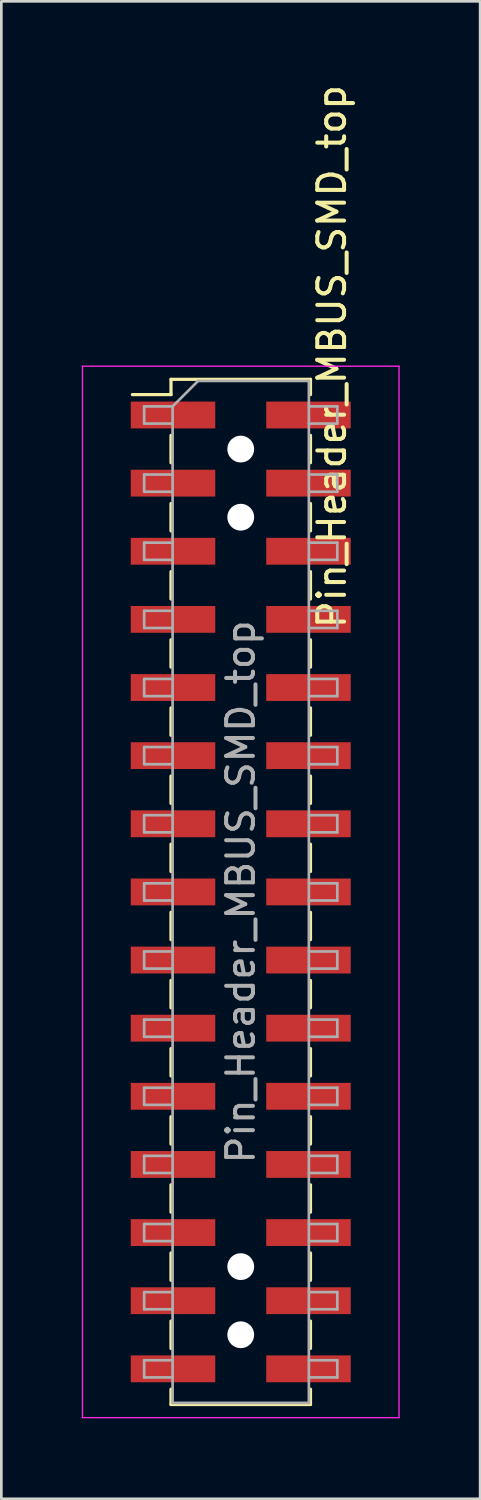
<source format=kicad_pcb>
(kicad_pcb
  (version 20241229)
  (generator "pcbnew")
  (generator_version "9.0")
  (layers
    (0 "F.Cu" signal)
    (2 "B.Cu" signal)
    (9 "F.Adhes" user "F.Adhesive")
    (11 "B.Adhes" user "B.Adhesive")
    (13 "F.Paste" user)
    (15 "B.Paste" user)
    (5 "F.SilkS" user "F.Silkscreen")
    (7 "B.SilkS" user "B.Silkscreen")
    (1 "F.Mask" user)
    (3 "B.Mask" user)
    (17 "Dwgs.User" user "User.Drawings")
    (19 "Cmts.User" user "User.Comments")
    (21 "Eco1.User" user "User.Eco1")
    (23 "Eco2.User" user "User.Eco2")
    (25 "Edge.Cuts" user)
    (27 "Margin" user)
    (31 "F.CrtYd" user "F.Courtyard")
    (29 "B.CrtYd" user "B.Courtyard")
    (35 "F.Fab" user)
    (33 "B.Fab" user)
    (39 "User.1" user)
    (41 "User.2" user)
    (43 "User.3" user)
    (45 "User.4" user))
  (footprint "Pin_Header_MBUS_SMD_top"
    (layer "F.Cu")
    (at 5.925 30.202)
    (property "Reference" "Pin_Header_MBUS_SMD_top" (at 3.398 -19.958 270) (layer "F.SilkS") (effects (font (size 1 1) (thickness 0.15))))
    (attr smd)
    (fp_line (start -4.04 -18.54) (end -2.6 -18.54) (stroke (width 0.12) (type solid)) (layer "F.SilkS"))
    (fp_line (start -2.6 -19.11) (end -2.6 -18.54) (stroke (width 0.12) (type solid)) (layer "F.SilkS"))
    (fp_line (start -2.6 -19.11) (end 2.6 -19.11) (stroke (width 0.12) (type solid)) (layer "F.SilkS"))
    (fp_line (start -2.6 -17.02) (end -2.6 -16) (stroke (width 0.12) (type solid)) (layer "F.SilkS"))
    (fp_line (start -2.6 -14.48) (end -2.6 -13.46) (stroke (width 0.12) (type solid)) (layer "F.SilkS"))
    (fp_line (start -2.6 -11.94) (end -2.6 -10.92) (stroke (width 0.12) (type solid)) (layer "F.SilkS"))
    (fp_line (start -2.6 -9.4) (end -2.6 -8.38) (stroke (width 0.12) (type solid)) (layer "F.SilkS"))
    (fp_line (start -2.6 -6.86) (end -2.6 -5.84) (stroke (width 0.12) (type solid)) (layer "F.SilkS"))
    (fp_line (start -2.6 -4.32) (end -2.6 -3.3) (stroke (width 0.12) (type solid)) (layer "F.SilkS"))
    (fp_line (start -2.6 -1.78) (end -2.6 -0.76) (stroke (width 0.12) (type solid)) (layer "F.SilkS"))
    (fp_line (start -2.6 0.76) (end -2.6 1.78) (stroke (width 0.12) (type solid)) (layer "F.SilkS"))
    (fp_line (start -2.6 3.3) (end -2.6 4.32) (stroke (width 0.12) (type solid)) (layer "F.SilkS"))
    (fp_line (start -2.6 5.84) (end -2.6 6.86) (stroke (width 0.12) (type solid)) (layer "F.SilkS"))
    (fp_line (start -2.6 8.38) (end -2.6 9.4) (stroke (width 0.12) (type solid)) (layer "F.SilkS"))
    (fp_line (start -2.6 10.92) (end -2.6 11.94) (stroke (width 0.12) (type solid)) (layer "F.SilkS"))
    (fp_line (start -2.6 13.46) (end -2.6 14.48) (stroke (width 0.12) (type solid)) (layer "F.SilkS"))
    (fp_line (start -2.6 16) (end -2.6 17.02) (stroke (width 0.12) (type solid)) (layer "F.SilkS"))
    (fp_line (start -2.6 18.54) (end -2.6 19.11) (stroke (width 0.12) (type solid)) (layer "F.SilkS"))
    (fp_line (start -2.6 19.11) (end 2.6 19.11) (stroke (width 0.12) (type solid)) (layer "F.SilkS"))
    (fp_line (start 2.6 -19.11) (end 2.6 -18.54) (stroke (width 0.12) (type solid)) (layer "F.SilkS"))
    (fp_line (start 2.6 -17.02) (end 2.6 -16) (stroke (width 0.12) (type solid)) (layer "F.SilkS"))
    (fp_line (start 2.6 -14.48) (end 2.6 -13.46) (stroke (width 0.12) (type solid)) (layer "F.SilkS"))
    (fp_line (start 2.6 -11.94) (end 2.6 -10.92) (stroke (width 0.12) (type solid)) (layer "F.SilkS"))
    (fp_line (start 2.6 -9.4) (end 2.6 -8.38) (stroke (width 0.12) (type solid)) (layer "F.SilkS"))
    (fp_line (start 2.6 -6.86) (end 2.6 -5.84) (stroke (width 0.12) (type solid)) (layer "F.SilkS"))
    (fp_line (start 2.6 -4.32) (end 2.6 -3.3) (stroke (width 0.12) (type solid)) (layer "F.SilkS"))
    (fp_line (start 2.6 -1.78) (end 2.6 -0.76) (stroke (width 0.12) (type solid)) (layer "F.SilkS"))
    (fp_line (start 2.6 0.76) (end 2.6 1.78) (stroke (width 0.12) (type solid)) (layer "F.SilkS"))
    (fp_line (start 2.6 3.3) (end 2.6 4.32) (stroke (width 0.12) (type solid)) (layer "F.SilkS"))
    (fp_line (start 2.6 5.84) (end 2.6 6.86) (stroke (width 0.12) (type solid)) (layer "F.SilkS"))
    (fp_line (start 2.6 8.38) (end 2.6 9.4) (stroke (width 0.12) (type solid)) (layer "F.SilkS"))
    (fp_line (start 2.6 10.92) (end 2.6 11.94) (stroke (width 0.12) (type solid)) (layer "F.SilkS"))
    (fp_line (start 2.6 13.46) (end 2.6 14.48) (stroke (width 0.12) (type solid)) (layer "F.SilkS"))
    (fp_line (start 2.6 16) (end 2.6 17.02) (stroke (width 0.12) (type solid)) (layer "F.SilkS"))
    (fp_line (start 2.6 18.54) (end 2.6 19.11) (stroke (width 0.12) (type solid)) (layer "F.SilkS"))
    (fp_line (start -5.9 -19.6) (end -5.9 19.6) (stroke (width 0.05) (type solid)) (layer "F.CrtYd"))
    (fp_line (start -5.9 19.6) (end 5.9 19.6) (stroke (width 0.05) (type solid)) (layer "F.CrtYd"))
    (fp_line (start 5.9 -19.6) (end -5.9 -19.6) (stroke (width 0.05) (type solid)) (layer "F.CrtYd"))
    (fp_line (start 5.9 19.6) (end 5.9 -19.6) (stroke (width 0.05) (type solid)) (layer "F.CrtYd"))
    (fp_line (start -3.6 -18.1) (end -3.6 -17.46) (stroke (width 0.1) (type solid)) (layer "F.Fab"))
    (fp_line (start -3.6 -17.46) (end -2.54 -17.46) (stroke (width 0.1) (type solid)) (layer "F.Fab"))
    (fp_line (start -3.6 -15.56) (end -3.6 -14.92) (stroke (width 0.1) (type solid)) (layer "F.Fab"))
    (fp_line (start -3.6 -14.92) (end -2.54 -14.92) (stroke (width 0.1) (type solid)) (layer "F.Fab"))
    (fp_line (start -3.6 -13.02) (end -3.6 -12.38) (stroke (width 0.1) (type solid)) (layer "F.Fab"))
    (fp_line (start -3.6 -12.38) (end -2.54 -12.38) (stroke (width 0.1) (type solid)) (layer "F.Fab"))
    (fp_line (start -3.6 -10.48) (end -3.6 -9.84) (stroke (width 0.1) (type solid)) (layer "F.Fab"))
    (fp_line (start -3.6 -9.84) (end -2.54 -9.84) (stroke (width 0.1) (type solid)) (layer "F.Fab"))
    (fp_line (start -3.6 -7.94) (end -3.6 -7.3) (stroke (width 0.1) (type solid)) (layer "F.Fab"))
    (fp_line (start -3.6 -7.3) (end -2.54 -7.3) (stroke (width 0.1) (type solid)) (layer "F.Fab"))
    (fp_line (start -3.6 -5.4) (end -3.6 -4.76) (stroke (width 0.1) (type solid)) (layer "F.Fab"))
    (fp_line (start -3.6 -4.76) (end -2.54 -4.76) (stroke (width 0.1) (type solid)) (layer "F.Fab"))
    (fp_line (start -3.6 -2.86) (end -3.6 -2.22) (stroke (width 0.1) (type solid)) (layer "F.Fab"))
    (fp_line (start -3.6 -2.22) (end -2.54 -2.22) (stroke (width 0.1) (type solid)) (layer "F.Fab"))
    (fp_line (start -3.6 -0.32) (end -3.6 0.32) (stroke (width 0.1) (type solid)) (layer "F.Fab"))
    (fp_line (start -3.6 0.32) (end -2.54 0.32) (stroke (width 0.1) (type solid)) (layer "F.Fab"))
    (fp_line (start -3.6 2.22) (end -3.6 2.86) (stroke (width 0.1) (type solid)) (layer "F.Fab"))
    (fp_line (start -3.6 2.86) (end -2.54 2.86) (stroke (width 0.1) (type solid)) (layer "F.Fab"))
    (fp_line (start -3.6 4.76) (end -3.6 5.4) (stroke (width 0.1) (type solid)) (layer "F.Fab"))
    (fp_line (start -3.6 5.4) (end -2.54 5.4) (stroke (width 0.1) (type solid)) (layer "F.Fab"))
    (fp_line (start -3.6 7.3) (end -3.6 7.94) (stroke (width 0.1) (type solid)) (layer "F.Fab"))
    (fp_line (start -3.6 7.94) (end -2.54 7.94) (stroke (width 0.1) (type solid)) (layer "F.Fab"))
    (fp_line (start -3.6 9.84) (end -3.6 10.48) (stroke (width 0.1) (type solid)) (layer "F.Fab"))
    (fp_line (start -3.6 10.48) (end -2.54 10.48) (stroke (width 0.1) (type solid)) (layer "F.Fab"))
    (fp_line (start -3.6 12.38) (end -3.6 13.02) (stroke (width 0.1) (type solid)) (layer "F.Fab"))
    (fp_line (start -3.6 13.02) (end -2.54 13.02) (stroke (width 0.1) (type solid)) (layer "F.Fab"))
    (fp_line (start -3.6 14.92) (end -3.6 15.56) (stroke (width 0.1) (type solid)) (layer "F.Fab"))
    (fp_line (start -3.6 15.56) (end -2.54 15.56) (stroke (width 0.1) (type solid)) (layer "F.Fab"))
    (fp_line (start -3.6 17.46) (end -3.6 18.1) (stroke (width 0.1) (type solid)) (layer "F.Fab"))
    (fp_line (start -3.6 18.1) (end -2.54 18.1) (stroke (width 0.1) (type solid)) (layer "F.Fab"))
    (fp_line (start -2.54 -18.1) (end -3.6 -18.1) (stroke (width 0.1) (type solid)) (layer "F.Fab"))
    (fp_line (start -2.54 -18.1) (end -1.59 -19.05) (stroke (width 0.1) (type solid)) (layer "F.Fab"))
    (fp_line (start -2.54 -15.56) (end -3.6 -15.56) (stroke (width 0.1) (type solid)) (layer "F.Fab"))
    (fp_line (start -2.54 -13.02) (end -3.6 -13.02) (stroke (width 0.1) (type solid)) (layer "F.Fab"))
    (fp_line (start -2.54 -10.48) (end -3.6 -10.48) (stroke (width 0.1) (type solid)) (layer "F.Fab"))
    (fp_line (start -2.54 -7.94) (end -3.6 -7.94) (stroke (width 0.1) (type solid)) (layer "F.Fab"))
    (fp_line (start -2.54 -5.4) (end -3.6 -5.4) (stroke (width 0.1) (type solid)) (layer "F.Fab"))
    (fp_line (start -2.54 -2.86) (end -3.6 -2.86) (stroke (width 0.1) (type solid)) (layer "F.Fab"))
    (fp_line (start -2.54 -0.32) (end -3.6 -0.32) (stroke (width 0.1) (type solid)) (layer "F.Fab"))
    (fp_line (start -2.54 2.22) (end -3.6 2.22) (stroke (width 0.1) (type solid)) (layer "F.Fab"))
    (fp_line (start -2.54 4.76) (end -3.6 4.76) (stroke (width 0.1) (type solid)) (layer "F.Fab"))
    (fp_line (start -2.54 7.3) (end -3.6 7.3) (stroke (width 0.1) (type solid)) (layer "F.Fab"))
    (fp_line (start -2.54 9.84) (end -3.6 9.84) (stroke (width 0.1) (type solid)) (layer "F.Fab"))
    (fp_line (start -2.54 12.38) (end -3.6 12.38) (stroke (width 0.1) (type solid)) (layer "F.Fab"))
    (fp_line (start -2.54 14.92) (end -3.6 14.92) (stroke (width 0.1) (type solid)) (layer "F.Fab"))
    (fp_line (start -2.54 17.46) (end -3.6 17.46) (stroke (width 0.1) (type solid)) (layer "F.Fab"))
    (fp_line (start -2.54 19.05) (end -2.54 -18.1) (stroke (width 0.1) (type solid)) (layer "F.Fab"))
    (fp_line (start -1.59 -19.05) (end 2.54 -19.05) (stroke (width 0.1) (type solid)) (layer "F.Fab"))
    (fp_line (start 2.54 -19.05) (end 2.54 19.05) (stroke (width 0.1) (type solid)) (layer "F.Fab"))
    (fp_line (start 2.54 -18.1) (end 3.6 -18.1) (stroke (width 0.1) (type solid)) (layer "F.Fab"))
    (fp_line (start 2.54 -15.56) (end 3.6 -15.56) (stroke (width 0.1) (type solid)) (layer "F.Fab"))
    (fp_line (start 2.54 -13.02) (end 3.6 -13.02) (stroke (width 0.1) (type solid)) (layer "F.Fab"))
    (fp_line (start 2.54 -10.48) (end 3.6 -10.48) (stroke (width 0.1) (type solid)) (layer "F.Fab"))
    (fp_line (start 2.54 -7.94) (end 3.6 -7.94) (stroke (width 0.1) (type solid)) (layer "F.Fab"))
    (fp_line (start 2.54 -5.4) (end 3.6 -5.4) (stroke (width 0.1) (type solid)) (layer "F.Fab"))
    (fp_line (start 2.54 -2.86) (end 3.6 -2.86) (stroke (width 0.1) (type solid)) (layer "F.Fab"))
    (fp_line (start 2.54 -0.32) (end 3.6 -0.32) (stroke (width 0.1) (type solid)) (layer "F.Fab"))
    (fp_line (start 2.54 2.22) (end 3.6 2.22) (stroke (width 0.1) (type solid)) (layer "F.Fab"))
    (fp_line (start 2.54 4.76) (end 3.6 4.76) (stroke (width 0.1) (type solid)) (layer "F.Fab"))
    (fp_line (start 2.54 7.3) (end 3.6 7.3) (stroke (width 0.1) (type solid)) (layer "F.Fab"))
    (fp_line (start 2.54 9.84) (end 3.6 9.84) (stroke (width 0.1) (type solid)) (layer "F.Fab"))
    (fp_line (start 2.54 12.38) (end 3.6 12.38) (stroke (width 0.1) (type solid)) (layer "F.Fab"))
    (fp_line (start 2.54 14.92) (end 3.6 14.92) (stroke (width 0.1) (type solid)) (layer "F.Fab"))
    (fp_line (start 2.54 17.46) (end 3.6 17.46) (stroke (width 0.1) (type solid)) (layer "F.Fab"))
    (fp_line (start 2.54 19.05) (end -2.54 19.05) (stroke (width 0.1) (type solid)) (layer "F.Fab"))
    (fp_line (start 3.6 -18.1) (end 3.6 -17.46) (stroke (width 0.1) (type solid)) (layer "F.Fab"))
    (fp_line (start 3.6 -17.46) (end 2.54 -17.46) (stroke (width 0.1) (type solid)) (layer "F.Fab"))
    (fp_line (start 3.6 -15.56) (end 3.6 -14.92) (stroke (width 0.1) (type solid)) (layer "F.Fab"))
    (fp_line (start 3.6 -14.92) (end 2.54 -14.92) (stroke (width 0.1) (type solid)) (layer "F.Fab"))
    (fp_line (start 3.6 -13.02) (end 3.6 -12.38) (stroke (width 0.1) (type solid)) (layer "F.Fab"))
    (fp_line (start 3.6 -12.38) (end 2.54 -12.38) (stroke (width 0.1) (type solid)) (layer "F.Fab"))
    (fp_line (start 3.6 -10.48) (end 3.6 -9.84) (stroke (width 0.1) (type solid)) (layer "F.Fab"))
    (fp_line (start 3.6 -9.84) (end 2.54 -9.84) (stroke (width 0.1) (type solid)) (layer "F.Fab"))
    (fp_line (start 3.6 -7.94) (end 3.6 -7.3) (stroke (width 0.1) (type solid)) (layer "F.Fab"))
    (fp_line (start 3.6 -7.3) (end 2.54 -7.3) (stroke (width 0.1) (type solid)) (layer "F.Fab"))
    (fp_line (start 3.6 -5.4) (end 3.6 -4.76) (stroke (width 0.1) (type solid)) (layer "F.Fab"))
    (fp_line (start 3.6 -4.76) (end 2.54 -4.76) (stroke (width 0.1) (type solid)) (layer "F.Fab"))
    (fp_line (start 3.6 -2.86) (end 3.6 -2.22) (stroke (width 0.1) (type solid)) (layer "F.Fab"))
    (fp_line (start 3.6 -2.22) (end 2.54 -2.22) (stroke (width 0.1) (type solid)) (layer "F.Fab"))
    (fp_line (start 3.6 -0.32) (end 3.6 0.32) (stroke (width 0.1) (type solid)) (layer "F.Fab"))
    (fp_line (start 3.6 0.32) (end 2.54 0.32) (stroke (width 0.1) (type solid)) (layer "F.Fab"))
    (fp_line (start 3.6 2.22) (end 3.6 2.86) (stroke (width 0.1) (type solid)) (layer "F.Fab"))
    (fp_line (start 3.6 2.86) (end 2.54 2.86) (stroke (width 0.1) (type solid)) (layer "F.Fab"))
    (fp_line (start 3.6 4.76) (end 3.6 5.4) (stroke (width 0.1) (type solid)) (layer "F.Fab"))
    (fp_line (start 3.6 5.4) (end 2.54 5.4) (stroke (width 0.1) (type solid)) (layer "F.Fab"))
    (fp_line (start 3.6 7.3) (end 3.6 7.94) (stroke (width 0.1) (type solid)) (layer "F.Fab"))
    (fp_line (start 3.6 7.94) (end 2.54 7.94) (stroke (width 0.1) (type solid)) (layer "F.Fab"))
    (fp_line (start 3.6 9.84) (end 3.6 10.48) (stroke (width 0.1) (type solid)) (layer "F.Fab"))
    (fp_line (start 3.6 10.48) (end 2.54 10.48) (stroke (width 0.1) (type solid)) (layer "F.Fab"))
    (fp_line (start 3.6 12.38) (end 3.6 13.02) (stroke (width 0.1) (type solid)) (layer "F.Fab"))
    (fp_line (start 3.6 13.02) (end 2.54 13.02) (stroke (width 0.1) (type solid)) (layer "F.Fab"))
    (fp_line (start 3.6 14.92) (end 3.6 15.56) (stroke (width 0.1) (type solid)) (layer "F.Fab"))
    (fp_line (start 3.6 15.56) (end 2.54 15.56) (stroke (width 0.1) (type solid)) (layer "F.Fab"))
    (fp_line (start 3.6 17.46) (end 3.6 18.1) (stroke (width 0.1) (type solid)) (layer "F.Fab"))
    (fp_line (start 3.6 18.1) (end 2.54 18.1) (stroke (width 0.1) (type solid)) (layer "F.Fab"))
    (fp_text user "${REFERENCE}" (at 0 0 90) (layer "F.Fab") (effects (font (size 1 1) (thickness 0.15))))
    (pad "" np_thru_hole circle (at 0 -16.51) (size 1 1) (drill 1) (layers "*.Cu" "*.Mask"))
    (pad "" np_thru_hole circle (at 0 -13.97) (size 1 1) (drill 1) (layers "*.Cu" "*.Mask"))
    (pad "" np_thru_hole circle (at 0 13.97) (size 1 1) (drill 1) (layers "*.Cu" "*.Mask"))
    (pad "" np_thru_hole circle (at 0 16.51) (size 1 1) (drill 1) (layers "*.Cu" "*.Mask"))
    (pad "1" smd rect (at -2.525 -17.78) (size 3.15 1) (layers "F.Cu" "F.Mask" "F.Paste"))
    (pad "2" smd rect (at 2.525 -17.78) (size 3.15 1) (layers "F.Cu" "F.Mask" "F.Paste"))
    (pad "3" smd rect (at -2.525 -15.24) (size 3.15 1) (layers "F.Cu" "F.Mask" "F.Paste"))
    (pad "4" smd rect (at 2.525 -15.24) (size 3.15 1) (layers "F.Cu" "F.Mask" "F.Paste"))
    (pad "5" smd rect (at -2.525 -12.7) (size 3.15 1) (layers "F.Cu" "F.Mask" "F.Paste"))
    (pad "6" smd rect (at 2.525 -12.7) (size 3.15 1) (layers "F.Cu" "F.Mask" "F.Paste"))
    (pad "7" smd rect (at -2.525 -10.16) (size 3.15 1) (layers "F.Cu" "F.Mask" "F.Paste"))
    (pad "8" smd rect (at 2.525 -10.16) (size 3.15 1) (layers "F.Cu" "F.Mask" "F.Paste"))
    (pad "9" smd rect (at -2.525 -7.62) (size 3.15 1) (layers "F.Cu" "F.Mask" "F.Paste"))
    (pad "10" smd rect (at 2.525 -7.62) (size 3.15 1) (layers "F.Cu" "F.Mask" "F.Paste"))
    (pad "11" smd rect (at -2.525 -5.08) (size 3.15 1) (layers "F.Cu" "F.Mask" "F.Paste"))
    (pad "12" smd rect (at 2.525 -5.08) (size 3.15 1) (layers "F.Cu" "F.Mask" "F.Paste"))
    (pad "13" smd rect (at -2.525 -2.54) (size 3.15 1) (layers "F.Cu" "F.Mask" "F.Paste"))
    (pad "14" smd rect (at 2.525 -2.54) (size 3.15 1) (layers "F.Cu" "F.Mask" "F.Paste"))
    (pad "15" smd rect (at -2.525 0) (size 3.15 1) (layers "F.Cu" "F.Mask" "F.Paste"))
    (pad "16" smd rect (at 2.525 0) (size 3.15 1) (layers "F.Cu" "F.Mask" "F.Paste"))
    (pad "17" smd rect (at -2.525 2.54) (size 3.15 1) (layers "F.Cu" "F.Mask" "F.Paste"))
    (pad "18" smd rect (at 2.525 2.54) (size 3.15 1) (layers "F.Cu" "F.Mask" "F.Paste"))
    (pad "19" smd rect (at -2.525 5.08) (size 3.15 1) (layers "F.Cu" "F.Mask" "F.Paste"))
    (pad "20" smd rect (at 2.525 5.08) (size 3.15 1) (layers "F.Cu" "F.Mask" "F.Paste"))
    (pad "21" smd rect (at -2.525 7.62) (size 3.15 1) (layers "F.Cu" "F.Mask" "F.Paste"))
    (pad "22" smd rect (at 2.525 7.62) (size 3.15 1) (layers "F.Cu" "F.Mask" "F.Paste"))
    (pad "23" smd rect (at -2.525 10.16) (size 3.15 1) (layers "F.Cu" "F.Mask" "F.Paste"))
    (pad "24" smd rect (at 2.525 10.16) (size 3.15 1) (layers "F.Cu" "F.Mask" "F.Paste"))
    (pad "25" smd rect (at -2.525 12.7) (size 3.15 1) (layers "F.Cu" "F.Mask" "F.Paste"))
    (pad "26" smd rect (at 2.525 12.7) (size 3.15 1) (layers "F.Cu" "F.Mask" "F.Paste"))
    (pad "27" smd rect (at -2.525 15.24) (size 3.15 1) (layers "F.Cu" "F.Mask" "F.Paste"))
    (pad "28" smd rect (at 2.525 15.24) (size 3.15 1) (layers "F.Cu" "F.Mask" "F.Paste"))
    (pad "29" smd rect (at -2.525 17.78) (size 3.15 1) (layers "F.Cu" "F.Mask" "F.Paste"))
    (pad "30" smd rect (at 2.525 17.78) (size 3.15 1) (layers "F.Cu" "F.Mask" "F.Paste")))
  (gr_rect
    (start -3 -3)
    (end 14.85 52.827)
    (stroke (width 0.1) (type default))
    (fill no)
    (layer "Edge.Cuts")))
</source>
